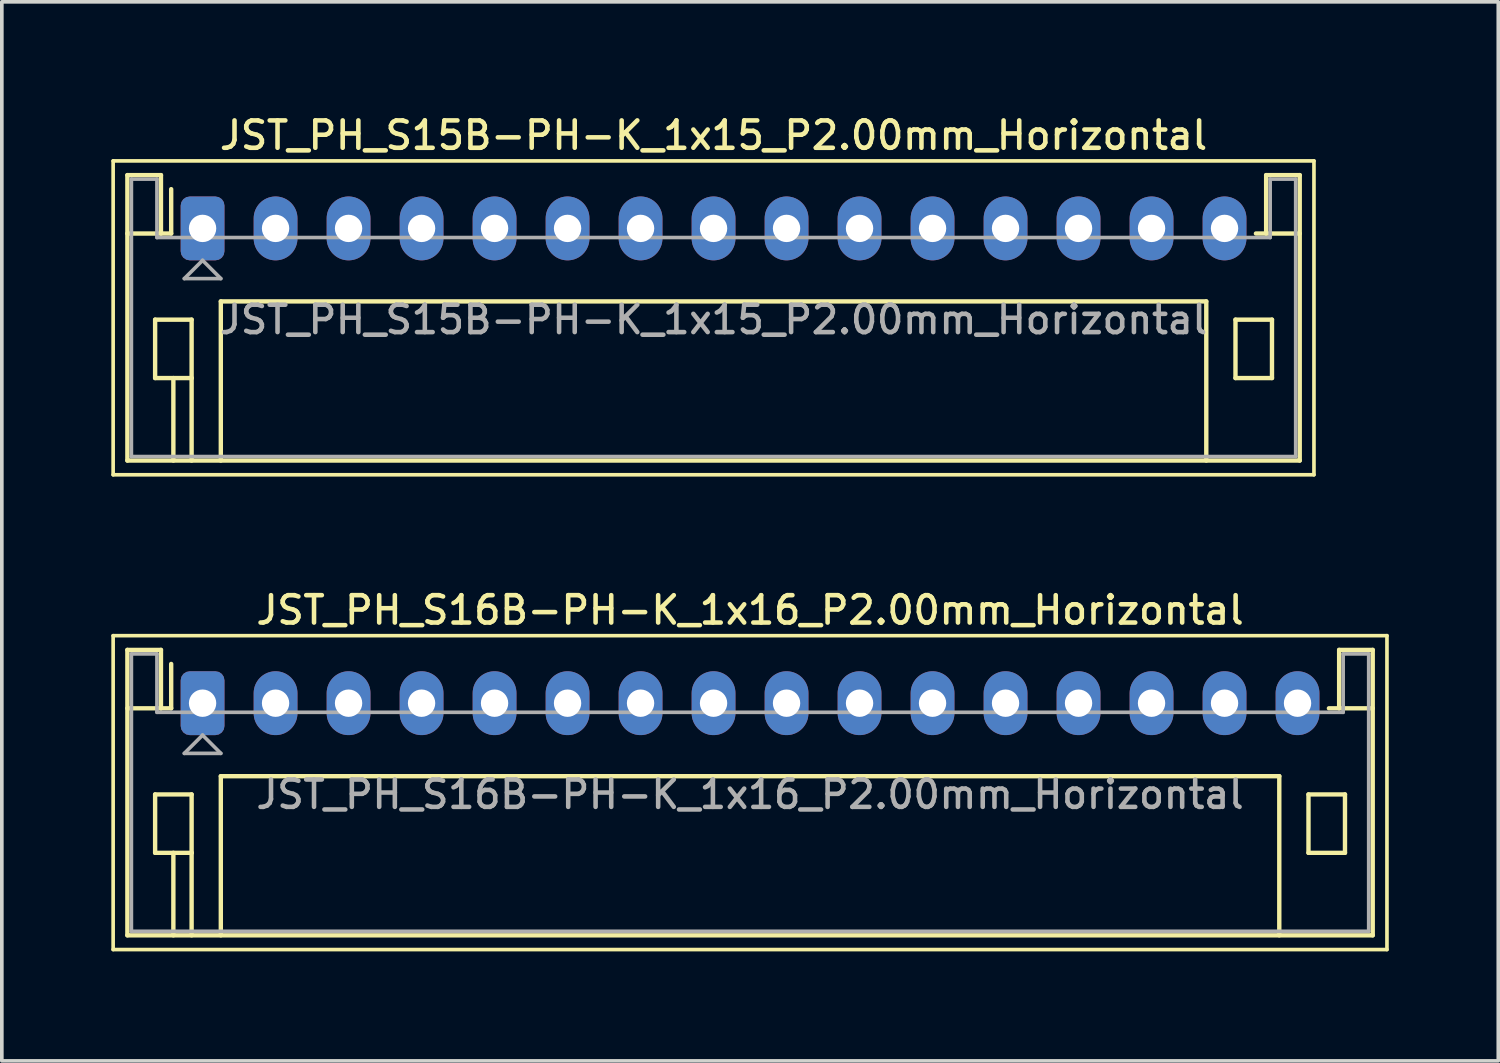
<source format=kicad_pcb>
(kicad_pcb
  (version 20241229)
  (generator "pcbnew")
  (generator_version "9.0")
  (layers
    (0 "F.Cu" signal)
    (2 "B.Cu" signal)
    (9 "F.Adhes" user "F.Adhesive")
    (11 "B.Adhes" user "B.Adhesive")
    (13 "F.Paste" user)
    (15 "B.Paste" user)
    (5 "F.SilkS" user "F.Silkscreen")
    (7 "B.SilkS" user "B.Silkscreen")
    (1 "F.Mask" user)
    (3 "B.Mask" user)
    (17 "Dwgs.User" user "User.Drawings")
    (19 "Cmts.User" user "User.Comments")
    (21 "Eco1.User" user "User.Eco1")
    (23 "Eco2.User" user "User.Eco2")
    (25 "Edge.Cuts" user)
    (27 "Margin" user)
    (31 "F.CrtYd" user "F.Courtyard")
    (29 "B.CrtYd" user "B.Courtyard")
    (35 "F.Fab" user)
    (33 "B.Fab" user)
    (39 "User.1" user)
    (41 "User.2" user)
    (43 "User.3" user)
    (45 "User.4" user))
  (footprint "JST_PH_S15B-PH-K_1x15_P2.00mm_Horizontal"
    (layer "F.Cu")
    (at 2.5 3.208)
    (property "Reference" "JST_PH_S15B-PH-K_1x15_P2.00mm_Horizontal" (at 14 -2.55 0) (layer "F.SilkS") (effects (font (size 0.75 0.75) (thickness 0.125))))
    (attr through_hole)
    (fp_line (start -2.45 -1.85) (end -2.45 6.75) (stroke (width 0.1) (type solid)) (layer "F.SilkS"))
    (fp_line (start -2.45 6.75) (end 30.45 6.75) (stroke (width 0.1) (type solid)) (layer "F.SilkS"))
    (fp_line (start -2.06 -1.46) (end -2.06 6.36) (stroke (width 0.12) (type solid)) (layer "F.SilkS"))
    (fp_line (start -2.06 0.14) (end -1.14 0.14) (stroke (width 0.12) (type solid)) (layer "F.SilkS"))
    (fp_line (start -2.06 6.36) (end 30.06 6.36) (stroke (width 0.12) (type solid)) (layer "F.SilkS"))
    (fp_line (start -1.3 2.5) (end -1.3 4.1) (stroke (width 0.12) (type solid)) (layer "F.SilkS"))
    (fp_line (start -1.3 4.1) (end -0.3 4.1) (stroke (width 0.12) (type solid)) (layer "F.SilkS"))
    (fp_line (start -1.14 -1.46) (end -2.06 -1.46) (stroke (width 0.12) (type solid)) (layer "F.SilkS"))
    (fp_line (start -1.14 0.14) (end -1.14 -1.46) (stroke (width 0.12) (type solid)) (layer "F.SilkS"))
    (fp_line (start -0.86 0.14) (end -1.14 0.14) (stroke (width 0.12) (type solid)) (layer "F.SilkS"))
    (fp_line (start -0.86 0.14) (end -0.86 -1.075) (stroke (width 0.12) (type solid)) (layer "F.SilkS"))
    (fp_line (start -0.8 4.1) (end -0.8 6.36) (stroke (width 0.12) (type solid)) (layer "F.SilkS"))
    (fp_line (start -0.3 2.5) (end -1.3 2.5) (stroke (width 0.12) (type solid)) (layer "F.SilkS"))
    (fp_line (start -0.3 4.1) (end -0.3 2.5) (stroke (width 0.12) (type solid)) (layer "F.SilkS"))
    (fp_line (start -0.3 4.1) (end -0.3 6.36) (stroke (width 0.12) (type solid)) (layer "F.SilkS"))
    (fp_line (start 0.5 2) (end 27.5 2) (stroke (width 0.12) (type solid)) (layer "F.SilkS"))
    (fp_line (start 0.5 6.36) (end 0.5 2) (stroke (width 0.12) (type solid)) (layer "F.SilkS"))
    (fp_line (start 27.5 2) (end 27.5 6.36) (stroke (width 0.12) (type solid)) (layer "F.SilkS"))
    (fp_line (start 28.3 2.5) (end 29.3 2.5) (stroke (width 0.12) (type solid)) (layer "F.SilkS"))
    (fp_line (start 28.3 4.1) (end 28.3 2.5) (stroke (width 0.12) (type solid)) (layer "F.SilkS"))
    (fp_line (start 29.14 -1.46) (end 29.14 0.14) (stroke (width 0.12) (type solid)) (layer "F.SilkS"))
    (fp_line (start 29.14 0.14) (end 28.86 0.14) (stroke (width 0.12) (type solid)) (layer "F.SilkS"))
    (fp_line (start 29.3 2.5) (end 29.3 4.1) (stroke (width 0.12) (type solid)) (layer "F.SilkS"))
    (fp_line (start 29.3 4.1) (end 28.3 4.1) (stroke (width 0.12) (type solid)) (layer "F.SilkS"))
    (fp_line (start 30.06 -1.46) (end 29.14 -1.46) (stroke (width 0.12) (type solid)) (layer "F.SilkS"))
    (fp_line (start 30.06 0.14) (end 29.14 0.14) (stroke (width 0.12) (type solid)) (layer "F.SilkS"))
    (fp_line (start 30.06 6.36) (end 30.06 -1.46) (stroke (width 0.12) (type solid)) (layer "F.SilkS"))
    (fp_line (start 30.45 -1.85) (end -2.45 -1.85) (stroke (width 0.1) (type solid)) (layer "F.SilkS"))
    (fp_line (start 30.45 6.75) (end 30.45 -1.85) (stroke (width 0.1) (type solid)) (layer "F.SilkS"))
    (fp_line (start -1.95 -1.35) (end -1.95 6.25) (stroke (width 0.1) (type solid)) (layer "F.Fab"))
    (fp_line (start -1.95 6.25) (end 29.95 6.25) (stroke (width 0.1) (type solid)) (layer "F.Fab"))
    (fp_line (start -1.25 -1.35) (end -1.95 -1.35) (stroke (width 0.1) (type solid)) (layer "F.Fab"))
    (fp_line (start -1.25 0.25) (end -1.25 -1.35) (stroke (width 0.1) (type solid)) (layer "F.Fab"))
    (fp_line (start -0.5 1.375) (end 0.5 1.375) (stroke (width 0.1) (type solid)) (layer "F.Fab"))
    (fp_line (start 0 0.875) (end -0.5 1.375) (stroke (width 0.1) (type solid)) (layer "F.Fab"))
    (fp_line (start 0.5 1.375) (end 0 0.875) (stroke (width 0.1) (type solid)) (layer "F.Fab"))
    (fp_line (start 29.25 -1.35) (end 29.25 0.25) (stroke (width 0.1) (type solid)) (layer "F.Fab"))
    (fp_line (start 29.25 0.25) (end -1.25 0.25) (stroke (width 0.1) (type solid)) (layer "F.Fab"))
    (fp_line (start 29.95 -1.35) (end 29.25 -1.35) (stroke (width 0.1) (type solid)) (layer "F.Fab"))
    (fp_line (start 29.95 6.25) (end 29.95 -1.35) (stroke (width 0.1) (type solid)) (layer "F.Fab"))
    (fp_text user "${REFERENCE}" (at 14 2.5 0) (layer "F.Fab") (effects (font (size 0.75 0.75) (thickness 0.125))))
    (pad "1" thru_hole roundrect (at 0 0) (size 1.2 1.75) (drill 0.75) (layers "*.Cu" "*.Mask") (roundrect_rratio 0.208))
    (pad "2" thru_hole oval (at 2 0) (size 1.2 1.75) (drill 0.75) (layers "*.Cu" "*.Mask"))
    (pad "3" thru_hole oval (at 4 0) (size 1.2 1.75) (drill 0.75) (layers "*.Cu" "*.Mask"))
    (pad "4" thru_hole oval (at 6 0) (size 1.2 1.75) (drill 0.75) (layers "*.Cu" "*.Mask"))
    (pad "5" thru_hole oval (at 8 0) (size 1.2 1.75) (drill 0.75) (layers "*.Cu" "*.Mask"))
    (pad "6" thru_hole oval (at 10 0) (size 1.2 1.75) (drill 0.75) (layers "*.Cu" "*.Mask"))
    (pad "7" thru_hole oval (at 12 0) (size 1.2 1.75) (drill 0.75) (layers "*.Cu" "*.Mask"))
    (pad "8" thru_hole oval (at 14 0) (size 1.2 1.75) (drill 0.75) (layers "*.Cu" "*.Mask"))
    (pad "9" thru_hole oval (at 16 0) (size 1.2 1.75) (drill 0.75) (layers "*.Cu" "*.Mask"))
    (pad "10" thru_hole oval (at 18 0) (size 1.2 1.75) (drill 0.75) (layers "*.Cu" "*.Mask"))
    (pad "11" thru_hole oval (at 20 0) (size 1.2 1.75) (drill 0.75) (layers "*.Cu" "*.Mask"))
    (pad "12" thru_hole oval (at 22 0) (size 1.2 1.75) (drill 0.75) (layers "*.Cu" "*.Mask"))
    (pad "13" thru_hole oval (at 24 0) (size 1.2 1.75) (drill 0.75) (layers "*.Cu" "*.Mask"))
    (pad "14" thru_hole oval (at 26 0) (size 1.2 1.75) (drill 0.75) (layers "*.Cu" "*.Mask"))
    (pad "15" thru_hole oval (at 28 0) (size 1.2 1.75) (drill 0.75) (layers "*.Cu" "*.Mask")))
  (footprint "JST_PH_S16B-PH-K_1x16_P2.00mm_Horizontal"
    (layer "F.Cu")
    (at 2.5 16.216)
    (property "Reference" "JST_PH_S16B-PH-K_1x16_P2.00mm_Horizontal" (at 15 -2.55 0) (layer "F.SilkS") (effects (font (size 0.75 0.75) (thickness 0.125))))
    (attr through_hole)
    (fp_line (start -2.45 -1.85) (end -2.45 6.75) (stroke (width 0.1) (type solid)) (layer "F.SilkS"))
    (fp_line (start -2.45 6.75) (end 32.45 6.75) (stroke (width 0.1) (type solid)) (layer "F.SilkS"))
    (fp_line (start -2.06 -1.46) (end -2.06 6.36) (stroke (width 0.12) (type solid)) (layer "F.SilkS"))
    (fp_line (start -2.06 0.14) (end -1.14 0.14) (stroke (width 0.12) (type solid)) (layer "F.SilkS"))
    (fp_line (start -2.06 6.36) (end 32.06 6.36) (stroke (width 0.12) (type solid)) (layer "F.SilkS"))
    (fp_line (start -1.3 2.5) (end -1.3 4.1) (stroke (width 0.12) (type solid)) (layer "F.SilkS"))
    (fp_line (start -1.3 4.1) (end -0.3 4.1) (stroke (width 0.12) (type solid)) (layer "F.SilkS"))
    (fp_line (start -1.14 -1.46) (end -2.06 -1.46) (stroke (width 0.12) (type solid)) (layer "F.SilkS"))
    (fp_line (start -1.14 0.14) (end -1.14 -1.46) (stroke (width 0.12) (type solid)) (layer "F.SilkS"))
    (fp_line (start -0.86 0.14) (end -1.14 0.14) (stroke (width 0.12) (type solid)) (layer "F.SilkS"))
    (fp_line (start -0.86 0.14) (end -0.86 -1.075) (stroke (width 0.12) (type solid)) (layer "F.SilkS"))
    (fp_line (start -0.8 4.1) (end -0.8 6.36) (stroke (width 0.12) (type solid)) (layer "F.SilkS"))
    (fp_line (start -0.3 2.5) (end -1.3 2.5) (stroke (width 0.12) (type solid)) (layer "F.SilkS"))
    (fp_line (start -0.3 4.1) (end -0.3 2.5) (stroke (width 0.12) (type solid)) (layer "F.SilkS"))
    (fp_line (start -0.3 4.1) (end -0.3 6.36) (stroke (width 0.12) (type solid)) (layer "F.SilkS"))
    (fp_line (start 0.5 2) (end 29.5 2) (stroke (width 0.12) (type solid)) (layer "F.SilkS"))
    (fp_line (start 0.5 6.36) (end 0.5 2) (stroke (width 0.12) (type solid)) (layer "F.SilkS"))
    (fp_line (start 29.5 2) (end 29.5 6.36) (stroke (width 0.12) (type solid)) (layer "F.SilkS"))
    (fp_line (start 30.3 2.5) (end 31.3 2.5) (stroke (width 0.12) (type solid)) (layer "F.SilkS"))
    (fp_line (start 30.3 4.1) (end 30.3 2.5) (stroke (width 0.12) (type solid)) (layer "F.SilkS"))
    (fp_line (start 31.14 -1.46) (end 31.14 0.14) (stroke (width 0.12) (type solid)) (layer "F.SilkS"))
    (fp_line (start 31.14 0.14) (end 30.86 0.14) (stroke (width 0.12) (type solid)) (layer "F.SilkS"))
    (fp_line (start 31.3 2.5) (end 31.3 4.1) (stroke (width 0.12) (type solid)) (layer "F.SilkS"))
    (fp_line (start 31.3 4.1) (end 30.3 4.1) (stroke (width 0.12) (type solid)) (layer "F.SilkS"))
    (fp_line (start 32.06 -1.46) (end 31.14 -1.46) (stroke (width 0.12) (type solid)) (layer "F.SilkS"))
    (fp_line (start 32.06 0.14) (end 31.14 0.14) (stroke (width 0.12) (type solid)) (layer "F.SilkS"))
    (fp_line (start 32.06 6.36) (end 32.06 -1.46) (stroke (width 0.12) (type solid)) (layer "F.SilkS"))
    (fp_line (start 32.45 -1.85) (end -2.45 -1.85) (stroke (width 0.1) (type solid)) (layer "F.SilkS"))
    (fp_line (start 32.45 6.75) (end 32.45 -1.85) (stroke (width 0.1) (type solid)) (layer "F.SilkS"))
    (fp_line (start -1.95 -1.35) (end -1.95 6.25) (stroke (width 0.1) (type solid)) (layer "F.Fab"))
    (fp_line (start -1.95 6.25) (end 31.95 6.25) (stroke (width 0.1) (type solid)) (layer "F.Fab"))
    (fp_line (start -1.25 -1.35) (end -1.95 -1.35) (stroke (width 0.1) (type solid)) (layer "F.Fab"))
    (fp_line (start -1.25 0.25) (end -1.25 -1.35) (stroke (width 0.1) (type solid)) (layer "F.Fab"))
    (fp_line (start -0.5 1.375) (end 0.5 1.375) (stroke (width 0.1) (type solid)) (layer "F.Fab"))
    (fp_line (start 0 0.875) (end -0.5 1.375) (stroke (width 0.1) (type solid)) (layer "F.Fab"))
    (fp_line (start 0.5 1.375) (end 0 0.875) (stroke (width 0.1) (type solid)) (layer "F.Fab"))
    (fp_line (start 31.25 -1.35) (end 31.25 0.25) (stroke (width 0.1) (type solid)) (layer "F.Fab"))
    (fp_line (start 31.25 0.25) (end -1.25 0.25) (stroke (width 0.1) (type solid)) (layer "F.Fab"))
    (fp_line (start 31.95 -1.35) (end 31.25 -1.35) (stroke (width 0.1) (type solid)) (layer "F.Fab"))
    (fp_line (start 31.95 6.25) (end 31.95 -1.35) (stroke (width 0.1) (type solid)) (layer "F.Fab"))
    (fp_text user "${REFERENCE}" (at 15 2.5 0) (layer "F.Fab") (effects (font (size 0.75 0.75) (thickness 0.125))))
    (pad "1" thru_hole roundrect (at 0 0) (size 1.2 1.75) (drill 0.75) (layers "*.Cu" "*.Mask") (roundrect_rratio 0.208))
    (pad "2" thru_hole oval (at 2 0) (size 1.2 1.75) (drill 0.75) (layers "*.Cu" "*.Mask"))
    (pad "3" thru_hole oval (at 4 0) (size 1.2 1.75) (drill 0.75) (layers "*.Cu" "*.Mask"))
    (pad "4" thru_hole oval (at 6 0) (size 1.2 1.75) (drill 0.75) (layers "*.Cu" "*.Mask"))
    (pad "5" thru_hole oval (at 8 0) (size 1.2 1.75) (drill 0.75) (layers "*.Cu" "*.Mask"))
    (pad "6" thru_hole oval (at 10 0) (size 1.2 1.75) (drill 0.75) (layers "*.Cu" "*.Mask"))
    (pad "7" thru_hole oval (at 12 0) (size 1.2 1.75) (drill 0.75) (layers "*.Cu" "*.Mask"))
    (pad "8" thru_hole oval (at 14 0) (size 1.2 1.75) (drill 0.75) (layers "*.Cu" "*.Mask"))
    (pad "9" thru_hole oval (at 16 0) (size 1.2 1.75) (drill 0.75) (layers "*.Cu" "*.Mask"))
    (pad "10" thru_hole oval (at 18 0) (size 1.2 1.75) (drill 0.75) (layers "*.Cu" "*.Mask"))
    (pad "11" thru_hole oval (at 20 0) (size 1.2 1.75) (drill 0.75) (layers "*.Cu" "*.Mask"))
    (pad "12" thru_hole oval (at 22 0) (size 1.2 1.75) (drill 0.75) (layers "*.Cu" "*.Mask"))
    (pad "13" thru_hole oval (at 24 0) (size 1.2 1.75) (drill 0.75) (layers "*.Cu" "*.Mask"))
    (pad "14" thru_hole oval (at 26 0) (size 1.2 1.75) (drill 0.75) (layers "*.Cu" "*.Mask"))
    (pad "15" thru_hole oval (at 28 0) (size 1.2 1.75) (drill 0.75) (layers "*.Cu" "*.Mask"))
    (pad "16" thru_hole oval (at 30 0) (size 1.2 1.75) (drill 0.75) (layers "*.Cu" "*.Mask")))
  (gr_rect
    (start -3 -3)
    (end 38 26.016)
    (stroke (width 0.1) (type default))
    (fill no)
    (layer "Edge.Cuts")))
</source>
